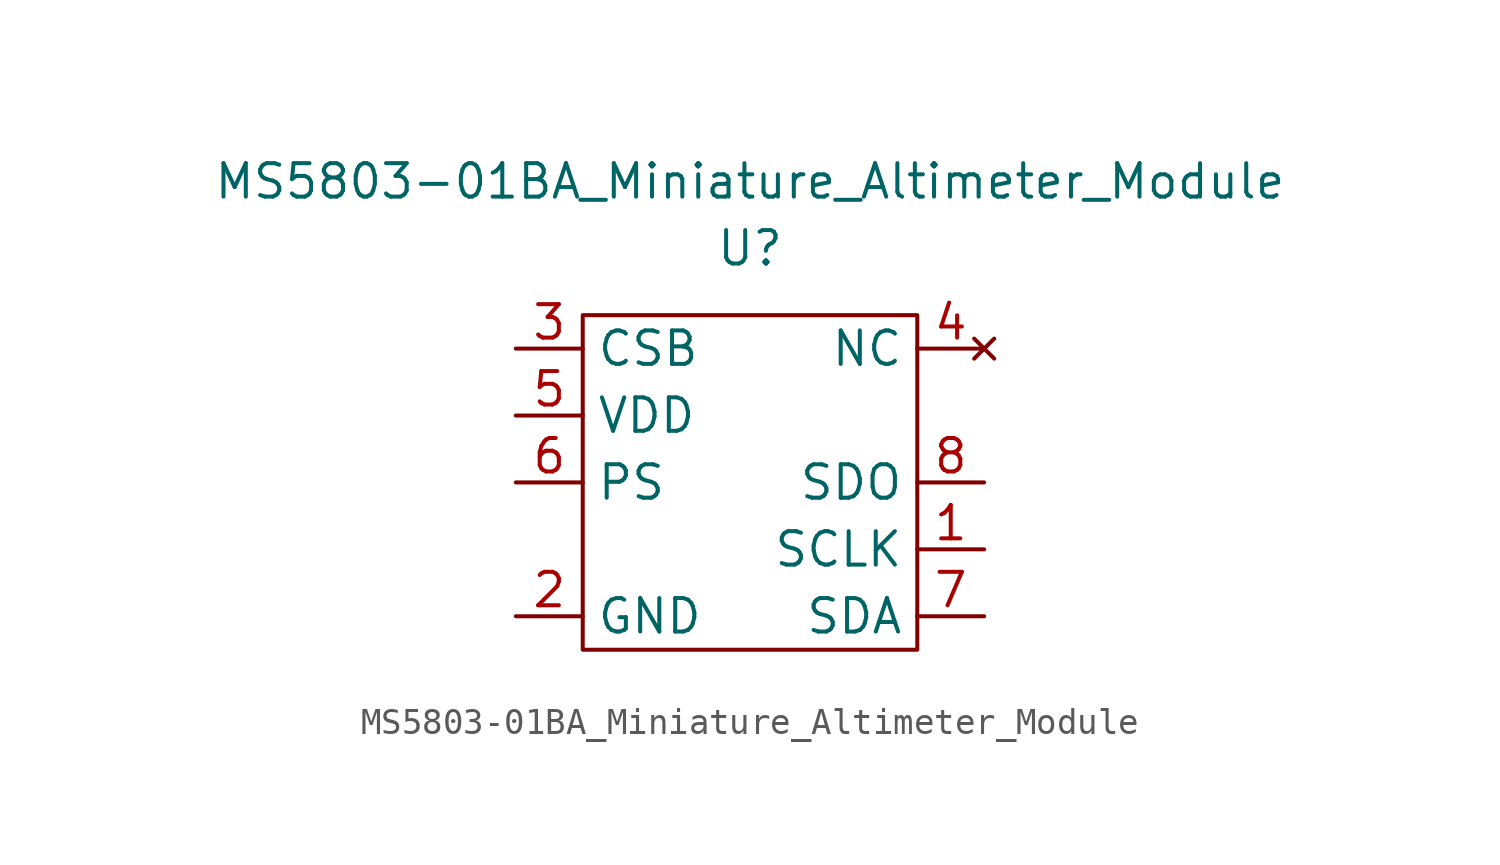
<source format=kicad_sym>
(kicad_symbol_lib
  (version 20211014)
  (generator kicad_symbol_editor)
  (symbol "MS5803-01BA_Miniature_Altimeter_Module"
    (property "Reference" "U"
      (at 0 6.35 0)
      (effects (font (size 1.27 1.27))))
    (property "Value" "MS5803-01BA_Miniature_Altimeter_Module"
      (at 0 8.89 0)
      (effects (font (size 1.27 1.27))))
    (symbol "MS5803-01BA_Miniature_Altimeter_Module_0_1"
      (rectangle (start -6.35 3.81) (end 6.35 -8.89) (stroke (width 0) (type default) (color 0 0 0 0)) (fill (type none))))
    (symbol "MS5803-01BA_Miniature_Altimeter_Module_1_1"
      (pin input line (at 8.89 -5.08 180) (length 2.54) (name "SCLK" (effects (font (size 1.27 1.27)))) (number "1" (effects (font (size 1.27 1.27)))))
      (pin power_out line (at -8.89 -7.62 0) (length 2.54) (name "GND" (effects (font (size 1.27 1.27)))) (number "2" (effects (font (size 1.27 1.27)))))
      (pin input line (at -8.89 2.54 0) (length 2.54) (name "CSB" (effects (font (size 1.27 1.27)))) (number "3" (effects (font (size 1.27 1.27)))))
      (pin no_connect line (at 8.89 2.54 180) (length 2.54) (name "NC" (effects (font (size 1.27 1.27)))) (number "4" (effects (font (size 1.27 1.27)))))
      (pin power_in line (at -8.89 0 0) (length 2.54) (name "VDD" (effects (font (size 1.27 1.27)))) (number "5" (effects (font (size 1.27 1.27)))))
      (pin input line (at -8.89 -2.54 0) (length 2.54) (name "PS" (effects (font (size 1.27 1.27)))) (number "6" (effects (font (size 1.27 1.27)))))
      (pin bidirectional line (at 8.89 -7.62 180) (length 2.54) (name "SDA" (effects (font (size 1.27 1.27)))) (number "7" (effects (font (size 1.27 1.27)))))
      (pin output line (at 8.89 -2.54 180) (length 2.54) (name "SDO" (effects (font (size 1.27 1.27)))) (number "8" (effects (font (size 1.27 1.27))))))))
</source>
